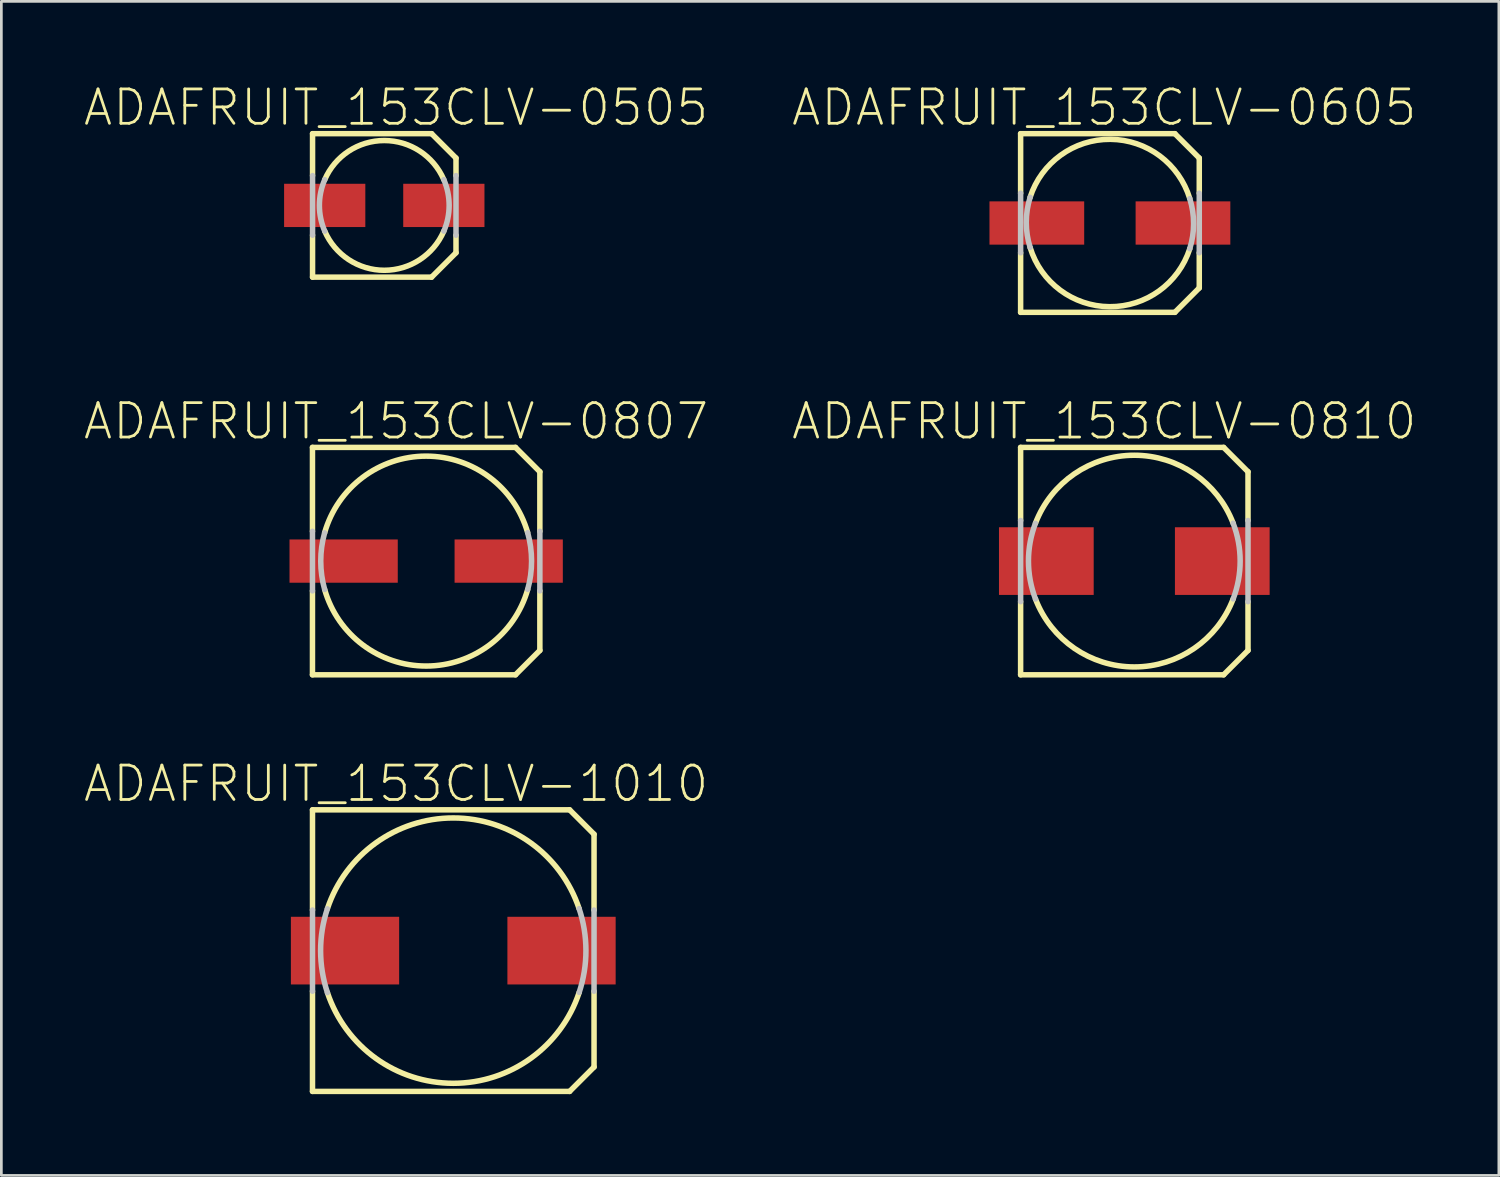
<source format=kicad_pcb>
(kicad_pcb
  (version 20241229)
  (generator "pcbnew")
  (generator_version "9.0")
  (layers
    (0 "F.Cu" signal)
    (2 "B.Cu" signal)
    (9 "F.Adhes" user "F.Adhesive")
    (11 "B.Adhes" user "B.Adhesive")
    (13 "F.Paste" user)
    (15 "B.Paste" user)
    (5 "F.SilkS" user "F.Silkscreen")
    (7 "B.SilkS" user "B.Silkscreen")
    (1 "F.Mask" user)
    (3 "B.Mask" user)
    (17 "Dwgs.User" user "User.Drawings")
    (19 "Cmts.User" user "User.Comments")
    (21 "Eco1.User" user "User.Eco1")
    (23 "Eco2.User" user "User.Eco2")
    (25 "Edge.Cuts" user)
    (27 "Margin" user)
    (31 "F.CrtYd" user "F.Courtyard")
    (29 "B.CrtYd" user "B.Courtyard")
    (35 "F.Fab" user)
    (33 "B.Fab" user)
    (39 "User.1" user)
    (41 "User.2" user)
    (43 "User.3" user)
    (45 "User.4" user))
  (footprint "ADAFRUIT_153CLV-1010"
    (layer "F.Cu")
    (at 13.69 32.058)
    (property "Reference" "ADAFRUIT_153CLV-1010" (at -2.113 -6.165 0) (layer "F.SilkS") (effects (font (size 1.27 1.27) (thickness 0.102))))
    (attr smd)
    (fp_line (start -5.199 -5.199) (end 4.298 -5.199) (stroke (width 0.203) (type solid)) (layer "F.SilkS"))
    (fp_line (start -5.199 -1.499) (end -5.199 -5.199) (stroke (width 0.203) (type solid)) (layer "F.SilkS"))
    (fp_line (start -5.199 5.199) (end -5.199 1.499) (stroke (width 0.203) (type solid)) (layer "F.SilkS"))
    (fp_line (start 4.298 -5.199) (end 5.199 -4.298) (stroke (width 0.203) (type solid)) (layer "F.SilkS"))
    (fp_line (start 4.298 5.199) (end -5.199 5.199) (stroke (width 0.203) (type solid)) (layer "F.SilkS"))
    (fp_line (start 5.199 -4.298) (end 5.199 -1.499) (stroke (width 0.203) (type solid)) (layer "F.SilkS"))
    (fp_line (start 5.199 1.499) (end 5.199 4.298) (stroke (width 0.203) (type solid)) (layer "F.SilkS"))
    (fp_line (start 5.199 4.298) (end 4.298 5.199) (stroke (width 0.203) (type solid)) (layer "F.SilkS"))
    (fp_arc (start -4.6482 -1.5494) (mid -0.001287 -4.899633) (end 4.647385 -1.551842) (stroke (width 0.2032) (type solid)) (layer "F.SilkS"))
    (fp_arc (start 4.6482 1.5494) (mid 0.001287 4.899633) (end -4.647385 1.551842) (stroke (width 0.2032) (type solid)) (layer "F.SilkS"))
    (fp_line (start -5.199 1.499) (end -5.199 -1.499) (stroke (width 0.203) (type solid)) (layer "Dwgs.User"))
    (fp_line (start 5.199 -1.499) (end 5.199 1.499) (stroke (width 0.203) (type solid)) (layer "Dwgs.User"))
    (fp_arc (start -4.6482 1.5494) (mid -4.899632 0.002989) (end -4.650087 -1.543728) (stroke (width 0.2032) (type solid)) (layer "Dwgs.User"))
    (fp_arc (start 4.6482 -1.5494) (mid 4.899632 -0.002989) (end 4.650087 1.543728) (stroke (width 0.2032) (type solid)) (layer "Dwgs.User"))
    (pad "+" smd rect (at 3.998 0) (size 3.998 2.499) (layers "F.Cu" "F.Mask" "F.Paste"))
    (pad "-" smd rect (at -3.998 0) (size 3.998 2.499) (layers "F.Cu" "F.Mask" "F.Paste")))
  (footprint "ADAFRUIT_153CLV-0605"
    (layer "F.Cu")
    (at 37.942 5.186)
    (property "Reference" "ADAFRUIT_153CLV-0605" (at -0.213 -4.265 0) (layer "F.SilkS") (effects (font (size 1.27 1.27) (thickness 0.102))))
    (attr smd)
    (fp_line (start -3.299 -3.299) (end 2.398 -3.299) (stroke (width 0.203) (type solid)) (layer "F.SilkS"))
    (fp_line (start -3.299 -1.1) (end -3.299 -3.299) (stroke (width 0.203) (type solid)) (layer "F.SilkS"))
    (fp_line (start -3.299 3.299) (end -3.299 1.1) (stroke (width 0.203) (type solid)) (layer "F.SilkS"))
    (fp_line (start 2.398 -3.299) (end 3.299 -2.398) (stroke (width 0.203) (type solid)) (layer "F.SilkS"))
    (fp_line (start 2.398 3.299) (end -3.299 3.299) (stroke (width 0.203) (type solid)) (layer "F.SilkS"))
    (fp_line (start 3.299 -2.398) (end 3.299 -1.1) (stroke (width 0.203) (type solid)) (layer "F.SilkS"))
    (fp_line (start 3.299 1.1) (end 3.299 2.398) (stroke (width 0.203) (type solid)) (layer "F.SilkS"))
    (fp_line (start 3.299 2.398) (end 2.398 3.299) (stroke (width 0.203) (type solid)) (layer "F.SilkS"))
    (fp_arc (start -2.94894 -0.94996) (mid 0.016598 -3.090825) (end 2.948225 -0.903753) (stroke (width 0.2032) (type solid)) (layer "F.SilkS"))
    (fp_arc (start 2.94894 0.94996) (mid -0.016598 3.090825) (end -2.948225 0.903753) (stroke (width 0.2032) (type solid)) (layer "F.SilkS"))
    (fp_line (start -3.299 1.1) (end -3.299 -1.1) (stroke (width 0.203) (type solid)) (layer "Dwgs.User"))
    (fp_line (start 3.299 -1.1) (end 3.299 1.1) (stroke (width 0.203) (type solid)) (layer "Dwgs.User"))
    (fp_arc (start -2.94894 0.89916) (mid -3.089719 -0.024885) (end -2.947729 -0.948744) (stroke (width 0.2032) (type solid)) (layer "Dwgs.User"))
    (fp_arc (start 2.94894 -0.89916) (mid 3.089719 0.024885) (end 2.947729 0.948744) (stroke (width 0.2032) (type solid)) (layer "Dwgs.User"))
    (pad "+" smd rect (at 2.697 0) (size 3.498 1.598) (layers "F.Cu" "F.Mask" "F.Paste"))
    (pad "-" smd rect (at -2.7 0) (size 3.498 1.598) (layers "F.Cu" "F.Mask" "F.Paste")))
  (footprint "ADAFRUIT_153CLV-0807"
    (layer "F.Cu")
    (at 12.689 17.672)
    (property "Reference" "ADAFRUIT_153CLV-0807" (at -1.113 -5.164 0) (layer "F.SilkS") (effects (font (size 1.27 1.27) (thickness 0.102))))
    (attr smd)
    (fp_line (start -4.199 -4.199) (end 3.299 -4.199) (stroke (width 0.203) (type solid)) (layer "F.SilkS"))
    (fp_line (start -4.199 -1.1) (end -4.199 -4.199) (stroke (width 0.203) (type solid)) (layer "F.SilkS"))
    (fp_line (start -4.199 4.199) (end -4.199 1.1) (stroke (width 0.203) (type solid)) (layer "F.SilkS"))
    (fp_line (start 3.299 -4.199) (end 4.199 -3.299) (stroke (width 0.203) (type solid)) (layer "F.SilkS"))
    (fp_line (start 3.299 4.199) (end -4.199 4.199) (stroke (width 0.203) (type solid)) (layer "F.SilkS"))
    (fp_line (start 4.199 -3.299) (end 4.199 -1.1) (stroke (width 0.203) (type solid)) (layer "F.SilkS"))
    (fp_line (start 4.199 1.1) (end 4.199 3.299) (stroke (width 0.203) (type solid)) (layer "F.SilkS"))
    (fp_line (start 4.199 3.299) (end 3.299 4.199) (stroke (width 0.203) (type solid)) (layer "F.SilkS"))
    (fp_arc (start -3.74904 -1.04902) (mid -0.003018 -3.876399) (end 3.747376 -1.054823) (stroke (width 0.2032) (type solid)) (layer "F.SilkS"))
    (fp_arc (start 3.74904 1.04902) (mid 0.003018 3.876399) (end -3.747376 1.054823) (stroke (width 0.2032) (type solid)) (layer "F.SilkS"))
    (fp_line (start -4.199 1.1) (end -4.199 -1.1) (stroke (width 0.203) (type solid)) (layer "Dwgs.User"))
    (fp_line (start 4.199 -1.1) (end 4.199 1.1) (stroke (width 0.203) (type solid)) (layer "Dwgs.User"))
    (fp_arc (start -3.74904 1.04902) (mid -3.893037 0.002186) (end -3.750216 -1.04481) (stroke (width 0.2032) (type solid)) (layer "Dwgs.User"))
    (fp_arc (start 3.74904 -1.04902) (mid 3.893037 -0.002186) (end 3.750216 1.04481) (stroke (width 0.2032) (type solid)) (layer "Dwgs.User"))
    (pad "+" smd rect (at 3.048 0) (size 3.998 1.598) (layers "F.Cu" "F.Mask" "F.Paste"))
    (pad "-" smd rect (at -3.048 0) (size 3.998 1.598) (layers "F.Cu" "F.Mask" "F.Paste")))
  (footprint "ADAFRUIT_153CLV-0810"
    (layer "F.Cu")
    (at 38.842 17.672)
    (property "Reference" "ADAFRUIT_153CLV-0810" (at -1.113 -5.164 0) (layer "F.SilkS") (effects (font (size 1.27 1.27) (thickness 0.102))))
    (attr smd)
    (fp_line (start -4.199 -4.199) (end 3.299 -4.199) (stroke (width 0.203) (type solid)) (layer "F.SilkS"))
    (fp_line (start -4.199 -1.499) (end -4.199 -4.199) (stroke (width 0.203) (type solid)) (layer "F.SilkS"))
    (fp_line (start -4.199 4.199) (end -4.199 1.499) (stroke (width 0.203) (type solid)) (layer "F.SilkS"))
    (fp_line (start 3.299 -4.199) (end 4.199 -3.299) (stroke (width 0.203) (type solid)) (layer "F.SilkS"))
    (fp_line (start 3.299 4.199) (end -4.199 4.199) (stroke (width 0.203) (type solid)) (layer "F.SilkS"))
    (fp_line (start 4.199 -3.299) (end 4.199 -1.499) (stroke (width 0.203) (type solid)) (layer "F.SilkS"))
    (fp_line (start 4.199 1.499) (end 4.199 3.299) (stroke (width 0.203) (type solid)) (layer "F.SilkS"))
    (fp_line (start 4.199 3.299) (end 3.299 4.199) (stroke (width 0.203) (type solid)) (layer "F.SilkS"))
    (fp_arc (start -3.64998 -1.39954) (mid -0.001452 -3.9091) (end 3.648939 -1.402252) (stroke (width 0.2032) (type solid)) (layer "F.SilkS"))
    (fp_arc (start 3.64998 1.39954) (mid 0.001452 3.9091) (end -3.648939 1.402252) (stroke (width 0.2032) (type solid)) (layer "F.SilkS"))
    (fp_line (start -4.199 1.499) (end -4.199 -1.499) (stroke (width 0.203) (type solid)) (layer "Dwgs.User"))
    (fp_line (start 4.199 -1.499) (end 4.199 1.499) (stroke (width 0.203) (type solid)) (layer "Dwgs.User"))
    (fp_arc (start -3.64998 1.39954) (mid -3.9091 0.001959) (end -3.651381 -1.395882) (stroke (width 0.2032) (type solid)) (layer "Dwgs.User"))
    (fp_arc (start 3.64998 -1.39954) (mid 3.9091 -0.001959) (end 3.651381 1.395882) (stroke (width 0.2032) (type solid)) (layer "Dwgs.User"))
    (pad "+" smd rect (at 3.249 0) (size 3.498 2.499) (layers "F.Cu" "F.Mask" "F.Paste"))
    (pad "-" smd rect (at -3.249 0) (size 3.498 2.499) (layers "F.Cu" "F.Mask" "F.Paste")))
  (footprint "ADAFRUIT_153CLV-0505"
    (layer "F.Cu")
    (at 11.142 4.536)
    (property "Reference" "ADAFRUIT_153CLV-0505" (at 0.434 -3.614 0) (layer "F.SilkS") (effects (font (size 1.27 1.27) (thickness 0.102))))
    (attr smd)
    (fp_line (start -2.649 -2.649) (end 1.748 -2.649) (stroke (width 0.203) (type solid)) (layer "F.SilkS"))
    (fp_line (start -2.649 -1.1) (end -2.649 -2.649) (stroke (width 0.203) (type solid)) (layer "F.SilkS"))
    (fp_line (start -2.649 2.649) (end -2.649 1.1) (stroke (width 0.203) (type solid)) (layer "F.SilkS"))
    (fp_line (start 1.748 -2.649) (end 2.649 -1.748) (stroke (width 0.203) (type solid)) (layer "F.SilkS"))
    (fp_line (start 1.748 2.649) (end -2.649 2.649) (stroke (width 0.203) (type solid)) (layer "F.SilkS"))
    (fp_line (start 2.649 -1.748) (end 2.649 -1.1) (stroke (width 0.203) (type solid)) (layer "F.SilkS"))
    (fp_line (start 2.649 1.1) (end 2.649 1.748) (stroke (width 0.203) (type solid)) (layer "F.SilkS"))
    (fp_line (start 2.649 1.748) (end 1.748 2.649) (stroke (width 0.203) (type solid)) (layer "F.SilkS"))
    (fp_arc (start -2.19964 -0.94996) (mid -0.001752 -2.396004) (end 2.198248 -0.953176) (stroke (width 0.2032) (type solid)) (layer "F.SilkS"))
    (fp_arc (start 2.19964 0.94996) (mid 0.001752 2.396004) (end -2.198248 0.953176) (stroke (width 0.2032) (type solid)) (layer "F.SilkS"))
    (fp_line (start -2.649 1.1) (end -2.649 -1.1) (stroke (width 0.203) (type solid)) (layer "Dwgs.User"))
    (fp_line (start 2.649 -1.1) (end 2.649 1.1) (stroke (width 0.203) (type solid)) (layer "Dwgs.User"))
    (fp_arc (start -2.19964 0.94996) (mid -2.396005 0.000339) (end -2.199908 -0.949338) (stroke (width 0.2032) (type solid)) (layer "Dwgs.User"))
    (fp_arc (start 2.19964 -0.94996) (mid 2.396005 -0.000339) (end 2.199908 0.949338) (stroke (width 0.2032) (type solid)) (layer "Dwgs.User"))
    (pad "+" smd rect (at 2.2 0) (size 3 1.598) (layers "F.Cu" "F.Mask" "F.Paste"))
    (pad "-" smd rect (at -2.2 0) (size 3 1.598) (layers "F.Cu" "F.Mask" "F.Paste")))
  (gr_rect
    (start -3 -3)
    (end 52.305 40.359)
    (stroke (width 0.1) (type default))
    (fill no)
    (layer "Edge.Cuts")))
</source>
